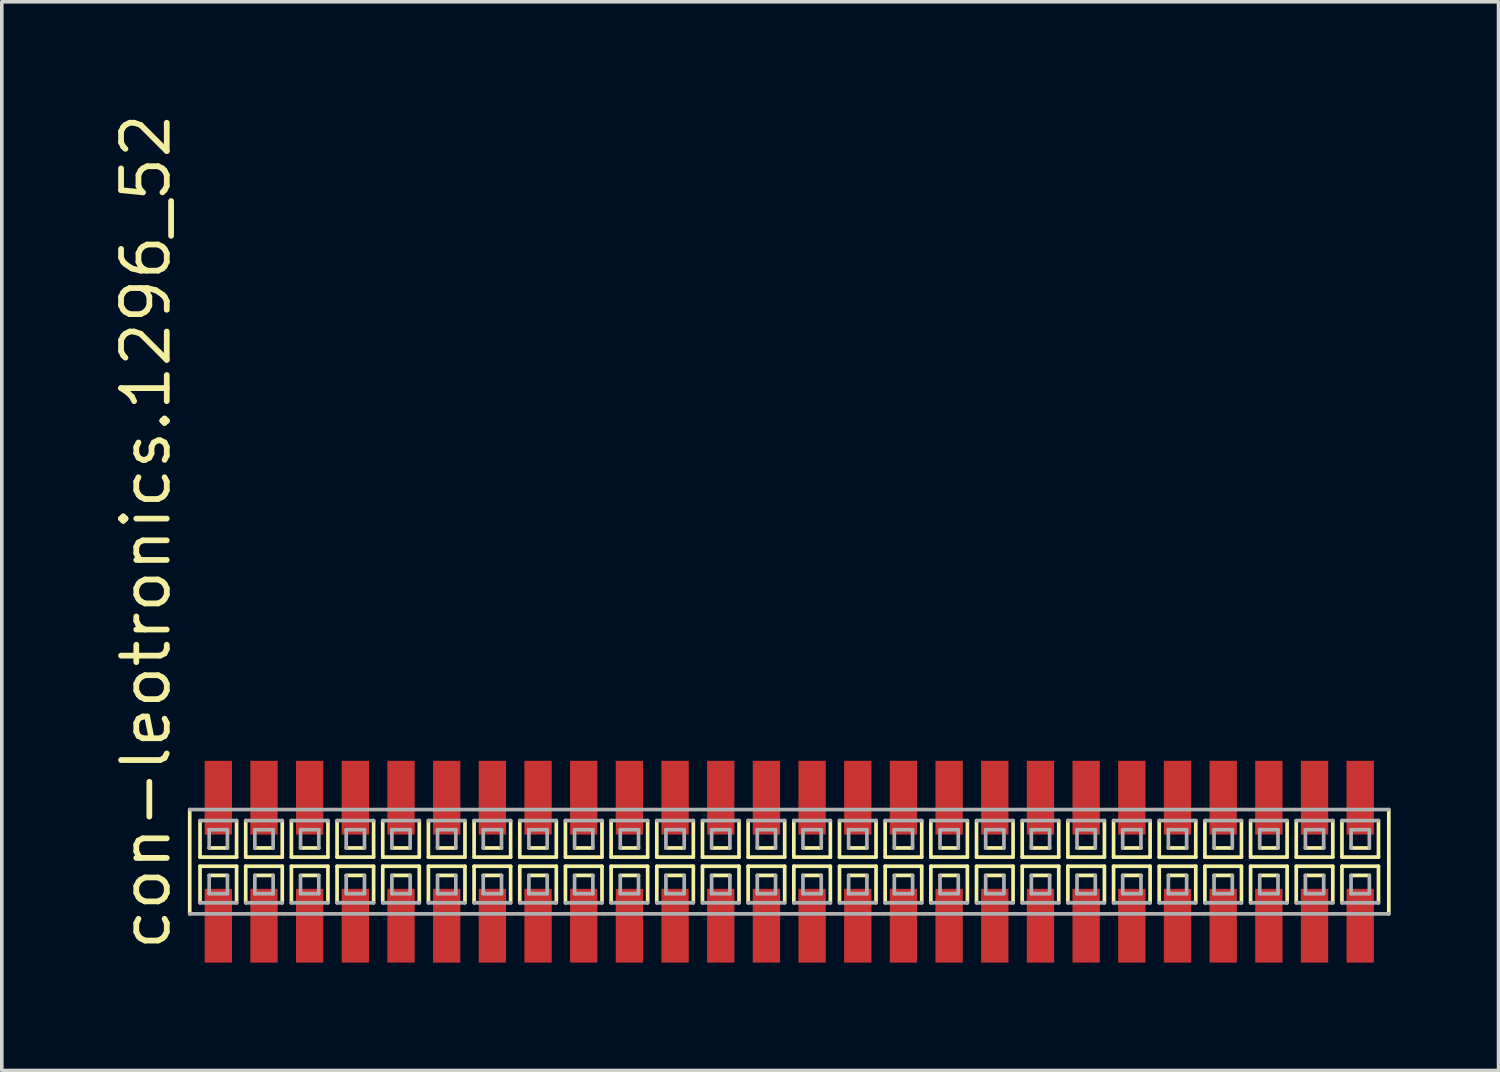
<source format=kicad_pcb>
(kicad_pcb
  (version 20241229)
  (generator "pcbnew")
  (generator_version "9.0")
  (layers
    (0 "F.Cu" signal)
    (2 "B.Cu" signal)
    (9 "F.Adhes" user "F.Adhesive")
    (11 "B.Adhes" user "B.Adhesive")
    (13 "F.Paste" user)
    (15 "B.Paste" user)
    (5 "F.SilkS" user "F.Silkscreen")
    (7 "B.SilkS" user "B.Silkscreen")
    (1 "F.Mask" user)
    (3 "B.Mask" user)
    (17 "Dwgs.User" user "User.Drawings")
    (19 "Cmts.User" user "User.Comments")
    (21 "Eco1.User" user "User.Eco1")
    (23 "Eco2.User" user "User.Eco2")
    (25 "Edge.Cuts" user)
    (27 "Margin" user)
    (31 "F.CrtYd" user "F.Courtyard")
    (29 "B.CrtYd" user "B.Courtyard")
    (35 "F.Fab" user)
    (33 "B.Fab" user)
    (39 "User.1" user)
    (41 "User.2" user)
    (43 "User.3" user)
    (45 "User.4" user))
  (footprint "con-leotronics.1296_52"
    (layer "F.Cu")
    (at 18.895 20.909)
    (property "Reference" "con-leotronics.1296_52" (at -17.145 2.54 90) (layer "F.SilkS") (effects (font (size 1.27 1.27) (thickness 0.16)) (justify left bottom)))
    (attr smd)
    (fp_line (start -16.67 -1.45) (end -16.67 1.45) (stroke (width 0.102) (type default)) (layer "F.SilkS"))
    (fp_line (start -16.383 -1.143) (end -16.383 -0.127) (stroke (width 0.102) (type default)) (layer "F.SilkS"))
    (fp_line (start -16.383 -0.127) (end -15.367 -0.127) (stroke (width 0.102) (type default)) (layer "F.SilkS"))
    (fp_line (start -16.383 0.127) (end -16.383 1.143) (stroke (width 0.102) (type default)) (layer "F.SilkS"))
    (fp_line (start -16.129 -0.381) (end -15.621 -0.381) (stroke (width 0.102) (type default)) (layer "F.SilkS"))
    (fp_line (start -15.621 0.381) (end -16.129 0.381) (stroke (width 0.102) (type default)) (layer "F.SilkS"))
    (fp_line (start -15.367 -0.127) (end -15.367 -1.143) (stroke (width 0.102) (type default)) (layer "F.SilkS"))
    (fp_line (start -15.367 0.127) (end -16.383 0.127) (stroke (width 0.102) (type default)) (layer "F.SilkS"))
    (fp_line (start -15.367 1.143) (end -15.367 0.127) (stroke (width 0.102) (type default)) (layer "F.SilkS"))
    (fp_line (start -15.113 -1.143) (end -15.113 -0.127) (stroke (width 0.102) (type default)) (layer "F.SilkS"))
    (fp_line (start -15.113 -0.127) (end -14.097 -0.127) (stroke (width 0.102) (type default)) (layer "F.SilkS"))
    (fp_line (start -15.113 0.127) (end -15.113 1.143) (stroke (width 0.102) (type default)) (layer "F.SilkS"))
    (fp_line (start -14.859 -0.381) (end -14.351 -0.381) (stroke (width 0.102) (type default)) (layer "F.SilkS"))
    (fp_line (start -14.351 0.381) (end -14.859 0.381) (stroke (width 0.102) (type default)) (layer "F.SilkS"))
    (fp_line (start -14.097 -0.127) (end -14.097 -1.143) (stroke (width 0.102) (type default)) (layer "F.SilkS"))
    (fp_line (start -14.097 0.127) (end -15.113 0.127) (stroke (width 0.102) (type default)) (layer "F.SilkS"))
    (fp_line (start -14.097 1.143) (end -14.097 0.127) (stroke (width 0.102) (type default)) (layer "F.SilkS"))
    (fp_line (start -13.843 -1.143) (end -13.843 -0.127) (stroke (width 0.102) (type default)) (layer "F.SilkS"))
    (fp_line (start -13.843 -0.127) (end -12.827 -0.127) (stroke (width 0.102) (type default)) (layer "F.SilkS"))
    (fp_line (start -13.843 0.127) (end -13.843 1.143) (stroke (width 0.102) (type default)) (layer "F.SilkS"))
    (fp_line (start -13.589 -0.381) (end -13.081 -0.381) (stroke (width 0.102) (type default)) (layer "F.SilkS"))
    (fp_line (start -13.081 0.381) (end -13.589 0.381) (stroke (width 0.102) (type default)) (layer "F.SilkS"))
    (fp_line (start -12.827 -0.127) (end -12.827 -1.143) (stroke (width 0.102) (type default)) (layer "F.SilkS"))
    (fp_line (start -12.827 0.127) (end -13.843 0.127) (stroke (width 0.102) (type default)) (layer "F.SilkS"))
    (fp_line (start -12.827 1.143) (end -12.827 0.127) (stroke (width 0.102) (type default)) (layer "F.SilkS"))
    (fp_line (start -12.573 -1.143) (end -12.573 -0.127) (stroke (width 0.102) (type default)) (layer "F.SilkS"))
    (fp_line (start -12.573 -0.127) (end -11.557 -0.127) (stroke (width 0.102) (type default)) (layer "F.SilkS"))
    (fp_line (start -12.573 0.127) (end -12.573 1.143) (stroke (width 0.102) (type default)) (layer "F.SilkS"))
    (fp_line (start -12.319 -0.381) (end -11.811 -0.381) (stroke (width 0.102) (type default)) (layer "F.SilkS"))
    (fp_line (start -11.811 0.381) (end -12.319 0.381) (stroke (width 0.102) (type default)) (layer "F.SilkS"))
    (fp_line (start -11.557 -0.127) (end -11.557 -1.143) (stroke (width 0.102) (type default)) (layer "F.SilkS"))
    (fp_line (start -11.557 0.127) (end -12.573 0.127) (stroke (width 0.102) (type default)) (layer "F.SilkS"))
    (fp_line (start -11.557 1.143) (end -11.557 0.127) (stroke (width 0.102) (type default)) (layer "F.SilkS"))
    (fp_line (start -11.303 -1.143) (end -11.303 -0.127) (stroke (width 0.102) (type default)) (layer "F.SilkS"))
    (fp_line (start -11.303 -0.127) (end -10.287 -0.127) (stroke (width 0.102) (type default)) (layer "F.SilkS"))
    (fp_line (start -11.303 0.127) (end -11.303 1.143) (stroke (width 0.102) (type default)) (layer "F.SilkS"))
    (fp_line (start -11.049 -0.381) (end -10.541 -0.381) (stroke (width 0.102) (type default)) (layer "F.SilkS"))
    (fp_line (start -10.541 0.381) (end -11.049 0.381) (stroke (width 0.102) (type default)) (layer "F.SilkS"))
    (fp_line (start -10.287 -0.127) (end -10.287 -1.143) (stroke (width 0.102) (type default)) (layer "F.SilkS"))
    (fp_line (start -10.287 0.127) (end -11.303 0.127) (stroke (width 0.102) (type default)) (layer "F.SilkS"))
    (fp_line (start -10.287 1.143) (end -10.287 0.127) (stroke (width 0.102) (type default)) (layer "F.SilkS"))
    (fp_line (start -10.033 -1.143) (end -10.033 -0.127) (stroke (width 0.102) (type default)) (layer "F.SilkS"))
    (fp_line (start -10.033 -0.127) (end -9.017 -0.127) (stroke (width 0.102) (type default)) (layer "F.SilkS"))
    (fp_line (start -10.033 0.127) (end -10.033 1.143) (stroke (width 0.102) (type default)) (layer "F.SilkS"))
    (fp_line (start -9.779 -0.381) (end -9.271 -0.381) (stroke (width 0.102) (type default)) (layer "F.SilkS"))
    (fp_line (start -9.271 0.381) (end -9.779 0.381) (stroke (width 0.102) (type default)) (layer "F.SilkS"))
    (fp_line (start -9.017 -0.127) (end -9.017 -1.143) (stroke (width 0.102) (type default)) (layer "F.SilkS"))
    (fp_line (start -9.017 0.127) (end -10.033 0.127) (stroke (width 0.102) (type default)) (layer "F.SilkS"))
    (fp_line (start -9.017 1.143) (end -9.017 0.127) (stroke (width 0.102) (type default)) (layer "F.SilkS"))
    (fp_line (start -8.763 -1.143) (end -8.763 -0.127) (stroke (width 0.102) (type default)) (layer "F.SilkS"))
    (fp_line (start -8.763 -0.127) (end -7.747 -0.127) (stroke (width 0.102) (type default)) (layer "F.SilkS"))
    (fp_line (start -8.763 0.127) (end -8.763 1.143) (stroke (width 0.102) (type default)) (layer "F.SilkS"))
    (fp_line (start -8.509 -0.381) (end -8.001 -0.381) (stroke (width 0.102) (type default)) (layer "F.SilkS"))
    (fp_line (start -8.001 0.381) (end -8.509 0.381) (stroke (width 0.102) (type default)) (layer "F.SilkS"))
    (fp_line (start -7.747 -0.127) (end -7.747 -1.143) (stroke (width 0.102) (type default)) (layer "F.SilkS"))
    (fp_line (start -7.747 0.127) (end -8.763 0.127) (stroke (width 0.102) (type default)) (layer "F.SilkS"))
    (fp_line (start -7.747 1.143) (end -7.747 0.127) (stroke (width 0.102) (type default)) (layer "F.SilkS"))
    (fp_line (start -7.493 -1.143) (end -7.493 -0.127) (stroke (width 0.102) (type default)) (layer "F.SilkS"))
    (fp_line (start -7.493 -0.127) (end -6.477 -0.127) (stroke (width 0.102) (type default)) (layer "F.SilkS"))
    (fp_line (start -7.493 0.127) (end -7.493 1.143) (stroke (width 0.102) (type default)) (layer "F.SilkS"))
    (fp_line (start -7.239 -0.381) (end -6.731 -0.381) (stroke (width 0.102) (type default)) (layer "F.SilkS"))
    (fp_line (start -6.731 0.381) (end -7.239 0.381) (stroke (width 0.102) (type default)) (layer "F.SilkS"))
    (fp_line (start -6.477 -0.127) (end -6.477 -1.143) (stroke (width 0.102) (type default)) (layer "F.SilkS"))
    (fp_line (start -6.477 0.127) (end -7.493 0.127) (stroke (width 0.102) (type default)) (layer "F.SilkS"))
    (fp_line (start -6.477 1.143) (end -6.477 0.127) (stroke (width 0.102) (type default)) (layer "F.SilkS"))
    (fp_line (start -6.223 -1.143) (end -6.223 -0.127) (stroke (width 0.102) (type default)) (layer "F.SilkS"))
    (fp_line (start -6.223 -0.127) (end -5.207 -0.127) (stroke (width 0.102) (type default)) (layer "F.SilkS"))
    (fp_line (start -6.223 0.127) (end -6.223 1.143) (stroke (width 0.102) (type default)) (layer "F.SilkS"))
    (fp_line (start -5.969 -0.381) (end -5.461 -0.381) (stroke (width 0.102) (type default)) (layer "F.SilkS"))
    (fp_line (start -5.461 0.381) (end -5.969 0.381) (stroke (width 0.102) (type default)) (layer "F.SilkS"))
    (fp_line (start -5.207 -0.127) (end -5.207 -1.143) (stroke (width 0.102) (type default)) (layer "F.SilkS"))
    (fp_line (start -5.207 0.127) (end -6.223 0.127) (stroke (width 0.102) (type default)) (layer "F.SilkS"))
    (fp_line (start -5.207 1.143) (end -5.207 0.127) (stroke (width 0.102) (type default)) (layer "F.SilkS"))
    (fp_line (start -4.953 -1.143) (end -4.953 -0.127) (stroke (width 0.102) (type default)) (layer "F.SilkS"))
    (fp_line (start -4.953 -0.127) (end -3.937 -0.127) (stroke (width 0.102) (type default)) (layer "F.SilkS"))
    (fp_line (start -4.953 0.127) (end -4.953 1.143) (stroke (width 0.102) (type default)) (layer "F.SilkS"))
    (fp_line (start -4.699 -0.381) (end -4.191 -0.381) (stroke (width 0.102) (type default)) (layer "F.SilkS"))
    (fp_line (start -4.191 0.381) (end -4.699 0.381) (stroke (width 0.102) (type default)) (layer "F.SilkS"))
    (fp_line (start -3.937 -0.127) (end -3.937 -1.143) (stroke (width 0.102) (type default)) (layer "F.SilkS"))
    (fp_line (start -3.937 0.127) (end -4.953 0.127) (stroke (width 0.102) (type default)) (layer "F.SilkS"))
    (fp_line (start -3.937 1.143) (end -3.937 0.127) (stroke (width 0.102) (type default)) (layer "F.SilkS"))
    (fp_line (start -3.683 -1.143) (end -3.683 -0.127) (stroke (width 0.102) (type default)) (layer "F.SilkS"))
    (fp_line (start -3.683 -0.127) (end -2.667 -0.127) (stroke (width 0.102) (type default)) (layer "F.SilkS"))
    (fp_line (start -3.683 0.127) (end -3.683 1.143) (stroke (width 0.102) (type default)) (layer "F.SilkS"))
    (fp_line (start -3.429 -0.381) (end -2.921 -0.381) (stroke (width 0.102) (type default)) (layer "F.SilkS"))
    (fp_line (start -2.921 0.381) (end -3.429 0.381) (stroke (width 0.102) (type default)) (layer "F.SilkS"))
    (fp_line (start -2.667 -0.127) (end -2.667 -1.143) (stroke (width 0.102) (type default)) (layer "F.SilkS"))
    (fp_line (start -2.667 0.127) (end -3.683 0.127) (stroke (width 0.102) (type default)) (layer "F.SilkS"))
    (fp_line (start -2.667 1.143) (end -2.667 0.127) (stroke (width 0.102) (type default)) (layer "F.SilkS"))
    (fp_line (start -2.413 -1.143) (end -2.413 -0.127) (stroke (width 0.102) (type default)) (layer "F.SilkS"))
    (fp_line (start -2.413 -0.127) (end -1.397 -0.127) (stroke (width 0.102) (type default)) (layer "F.SilkS"))
    (fp_line (start -2.413 0.127) (end -2.413 1.143) (stroke (width 0.102) (type default)) (layer "F.SilkS"))
    (fp_line (start -2.159 -0.381) (end -1.651 -0.381) (stroke (width 0.102) (type default)) (layer "F.SilkS"))
    (fp_line (start -1.651 0.381) (end -2.159 0.381) (stroke (width 0.102) (type default)) (layer "F.SilkS"))
    (fp_line (start -1.397 -0.127) (end -1.397 -1.143) (stroke (width 0.102) (type default)) (layer "F.SilkS"))
    (fp_line (start -1.397 0.127) (end -2.413 0.127) (stroke (width 0.102) (type default)) (layer "F.SilkS"))
    (fp_line (start -1.397 1.143) (end -1.397 0.127) (stroke (width 0.102) (type default)) (layer "F.SilkS"))
    (fp_line (start -1.143 -1.143) (end -1.143 -0.127) (stroke (width 0.102) (type default)) (layer "F.SilkS"))
    (fp_line (start -1.143 -0.127) (end -0.127 -0.127) (stroke (width 0.102) (type default)) (layer "F.SilkS"))
    (fp_line (start -1.143 0.127) (end -1.143 1.143) (stroke (width 0.102) (type default)) (layer "F.SilkS"))
    (fp_line (start -0.889 -0.381) (end -0.381 -0.381) (stroke (width 0.102) (type default)) (layer "F.SilkS"))
    (fp_line (start -0.381 0.381) (end -0.889 0.381) (stroke (width 0.102) (type default)) (layer "F.SilkS"))
    (fp_line (start -0.127 -0.127) (end -0.127 -1.143) (stroke (width 0.102) (type default)) (layer "F.SilkS"))
    (fp_line (start -0.127 0.127) (end -1.143 0.127) (stroke (width 0.102) (type default)) (layer "F.SilkS"))
    (fp_line (start -0.127 1.143) (end -0.127 0.127) (stroke (width 0.102) (type default)) (layer "F.SilkS"))
    (fp_line (start 0.127 -1.143) (end 0.127 -0.127) (stroke (width 0.102) (type default)) (layer "F.SilkS"))
    (fp_line (start 0.127 -0.127) (end 1.143 -0.127) (stroke (width 0.102) (type default)) (layer "F.SilkS"))
    (fp_line (start 0.127 0.127) (end 0.127 1.143) (stroke (width 0.102) (type default)) (layer "F.SilkS"))
    (fp_line (start 0.381 -0.381) (end 0.889 -0.381) (stroke (width 0.102) (type default)) (layer "F.SilkS"))
    (fp_line (start 0.889 0.381) (end 0.381 0.381) (stroke (width 0.102) (type default)) (layer "F.SilkS"))
    (fp_line (start 1.143 -0.127) (end 1.143 -1.143) (stroke (width 0.102) (type default)) (layer "F.SilkS"))
    (fp_line (start 1.143 0.127) (end 0.127 0.127) (stroke (width 0.102) (type default)) (layer "F.SilkS"))
    (fp_line (start 1.143 1.143) (end 1.143 0.127) (stroke (width 0.102) (type default)) (layer "F.SilkS"))
    (fp_line (start 1.397 -1.143) (end 1.397 -0.127) (stroke (width 0.102) (type default)) (layer "F.SilkS"))
    (fp_line (start 1.397 -0.127) (end 2.413 -0.127) (stroke (width 0.102) (type default)) (layer "F.SilkS"))
    (fp_line (start 1.397 0.127) (end 1.397 1.143) (stroke (width 0.102) (type default)) (layer "F.SilkS"))
    (fp_line (start 1.651 -0.381) (end 2.159 -0.381) (stroke (width 0.102) (type default)) (layer "F.SilkS"))
    (fp_line (start 2.159 0.381) (end 1.651 0.381) (stroke (width 0.102) (type default)) (layer "F.SilkS"))
    (fp_line (start 2.413 -0.127) (end 2.413 -1.143) (stroke (width 0.102) (type default)) (layer "F.SilkS"))
    (fp_line (start 2.413 0.127) (end 1.397 0.127) (stroke (width 0.102) (type default)) (layer "F.SilkS"))
    (fp_line (start 2.413 1.143) (end 2.413 0.127) (stroke (width 0.102) (type default)) (layer "F.SilkS"))
    (fp_line (start 2.667 -1.143) (end 2.667 -0.127) (stroke (width 0.102) (type default)) (layer "F.SilkS"))
    (fp_line (start 2.667 -0.127) (end 3.683 -0.127) (stroke (width 0.102) (type default)) (layer "F.SilkS"))
    (fp_line (start 2.667 0.127) (end 2.667 1.143) (stroke (width 0.102) (type default)) (layer "F.SilkS"))
    (fp_line (start 2.921 -0.381) (end 3.429 -0.381) (stroke (width 0.102) (type default)) (layer "F.SilkS"))
    (fp_line (start 3.429 0.381) (end 2.921 0.381) (stroke (width 0.102) (type default)) (layer "F.SilkS"))
    (fp_line (start 3.683 -0.127) (end 3.683 -1.143) (stroke (width 0.102) (type default)) (layer "F.SilkS"))
    (fp_line (start 3.683 0.127) (end 2.667 0.127) (stroke (width 0.102) (type default)) (layer "F.SilkS"))
    (fp_line (start 3.683 1.143) (end 3.683 0.127) (stroke (width 0.102) (type default)) (layer "F.SilkS"))
    (fp_line (start 3.937 -1.143) (end 3.937 -0.127) (stroke (width 0.102) (type default)) (layer "F.SilkS"))
    (fp_line (start 3.937 -0.127) (end 4.953 -0.127) (stroke (width 0.102) (type default)) (layer "F.SilkS"))
    (fp_line (start 3.937 0.127) (end 3.937 1.143) (stroke (width 0.102) (type default)) (layer "F.SilkS"))
    (fp_line (start 4.191 -0.381) (end 4.699 -0.381) (stroke (width 0.102) (type default)) (layer "F.SilkS"))
    (fp_line (start 4.699 0.381) (end 4.191 0.381) (stroke (width 0.102) (type default)) (layer "F.SilkS"))
    (fp_line (start 4.953 -0.127) (end 4.953 -1.143) (stroke (width 0.102) (type default)) (layer "F.SilkS"))
    (fp_line (start 4.953 0.127) (end 3.937 0.127) (stroke (width 0.102) (type default)) (layer "F.SilkS"))
    (fp_line (start 4.953 1.143) (end 4.953 0.127) (stroke (width 0.102) (type default)) (layer "F.SilkS"))
    (fp_line (start 5.207 -1.143) (end 5.207 -0.127) (stroke (width 0.102) (type default)) (layer "F.SilkS"))
    (fp_line (start 5.207 -0.127) (end 6.223 -0.127) (stroke (width 0.102) (type default)) (layer "F.SilkS"))
    (fp_line (start 5.207 0.127) (end 5.207 1.143) (stroke (width 0.102) (type default)) (layer "F.SilkS"))
    (fp_line (start 5.461 -0.381) (end 5.969 -0.381) (stroke (width 0.102) (type default)) (layer "F.SilkS"))
    (fp_line (start 5.969 0.381) (end 5.461 0.381) (stroke (width 0.102) (type default)) (layer "F.SilkS"))
    (fp_line (start 6.223 -0.127) (end 6.223 -1.143) (stroke (width 0.102) (type default)) (layer "F.SilkS"))
    (fp_line (start 6.223 0.127) (end 5.207 0.127) (stroke (width 0.102) (type default)) (layer "F.SilkS"))
    (fp_line (start 6.223 1.143) (end 6.223 0.127) (stroke (width 0.102) (type default)) (layer "F.SilkS"))
    (fp_line (start 6.477 -1.143) (end 6.477 -0.127) (stroke (width 0.102) (type default)) (layer "F.SilkS"))
    (fp_line (start 6.477 -0.127) (end 7.493 -0.127) (stroke (width 0.102) (type default)) (layer "F.SilkS"))
    (fp_line (start 6.477 0.127) (end 6.477 1.143) (stroke (width 0.102) (type default)) (layer "F.SilkS"))
    (fp_line (start 6.731 -0.381) (end 7.239 -0.381) (stroke (width 0.102) (type default)) (layer "F.SilkS"))
    (fp_line (start 7.239 0.381) (end 6.731 0.381) (stroke (width 0.102) (type default)) (layer "F.SilkS"))
    (fp_line (start 7.493 -0.127) (end 7.493 -1.143) (stroke (width 0.102) (type default)) (layer "F.SilkS"))
    (fp_line (start 7.493 0.127) (end 6.477 0.127) (stroke (width 0.102) (type default)) (layer "F.SilkS"))
    (fp_line (start 7.493 1.143) (end 7.493 0.127) (stroke (width 0.102) (type default)) (layer "F.SilkS"))
    (fp_line (start 7.747 -1.143) (end 7.747 -0.127) (stroke (width 0.102) (type default)) (layer "F.SilkS"))
    (fp_line (start 7.747 -0.127) (end 8.763 -0.127) (stroke (width 0.102) (type default)) (layer "F.SilkS"))
    (fp_line (start 7.747 0.127) (end 7.747 1.143) (stroke (width 0.102) (type default)) (layer "F.SilkS"))
    (fp_line (start 8.001 -0.381) (end 8.509 -0.381) (stroke (width 0.102) (type default)) (layer "F.SilkS"))
    (fp_line (start 8.509 0.381) (end 8.001 0.381) (stroke (width 0.102) (type default)) (layer "F.SilkS"))
    (fp_line (start 8.763 -0.127) (end 8.763 -1.143) (stroke (width 0.102) (type default)) (layer "F.SilkS"))
    (fp_line (start 8.763 0.127) (end 7.747 0.127) (stroke (width 0.102) (type default)) (layer "F.SilkS"))
    (fp_line (start 8.763 1.143) (end 8.763 0.127) (stroke (width 0.102) (type default)) (layer "F.SilkS"))
    (fp_line (start 9.017 -1.143) (end 9.017 -0.127) (stroke (width 0.102) (type default)) (layer "F.SilkS"))
    (fp_line (start 9.017 -0.127) (end 10.033 -0.127) (stroke (width 0.102) (type default)) (layer "F.SilkS"))
    (fp_line (start 9.017 0.127) (end 9.017 1.143) (stroke (width 0.102) (type default)) (layer "F.SilkS"))
    (fp_line (start 9.271 -0.381) (end 9.779 -0.381) (stroke (width 0.102) (type default)) (layer "F.SilkS"))
    (fp_line (start 9.779 0.381) (end 9.271 0.381) (stroke (width 0.102) (type default)) (layer "F.SilkS"))
    (fp_line (start 10.033 -0.127) (end 10.033 -1.143) (stroke (width 0.102) (type default)) (layer "F.SilkS"))
    (fp_line (start 10.033 0.127) (end 9.017 0.127) (stroke (width 0.102) (type default)) (layer "F.SilkS"))
    (fp_line (start 10.033 1.143) (end 10.033 0.127) (stroke (width 0.102) (type default)) (layer "F.SilkS"))
    (fp_line (start 10.287 -1.143) (end 10.287 -0.127) (stroke (width 0.102) (type default)) (layer "F.SilkS"))
    (fp_line (start 10.287 -0.127) (end 11.303 -0.127) (stroke (width 0.102) (type default)) (layer "F.SilkS"))
    (fp_line (start 10.287 0.127) (end 10.287 1.143) (stroke (width 0.102) (type default)) (layer "F.SilkS"))
    (fp_line (start 10.541 -0.381) (end 11.049 -0.381) (stroke (width 0.102) (type default)) (layer "F.SilkS"))
    (fp_line (start 11.049 0.381) (end 10.541 0.381) (stroke (width 0.102) (type default)) (layer "F.SilkS"))
    (fp_line (start 11.303 -0.127) (end 11.303 -1.143) (stroke (width 0.102) (type default)) (layer "F.SilkS"))
    (fp_line (start 11.303 0.127) (end 10.287 0.127) (stroke (width 0.102) (type default)) (layer "F.SilkS"))
    (fp_line (start 11.303 1.143) (end 11.303 0.127) (stroke (width 0.102) (type default)) (layer "F.SilkS"))
    (fp_line (start 11.557 -1.143) (end 11.557 -0.127) (stroke (width 0.102) (type default)) (layer "F.SilkS"))
    (fp_line (start 11.557 -0.127) (end 12.573 -0.127) (stroke (width 0.102) (type default)) (layer "F.SilkS"))
    (fp_line (start 11.557 0.127) (end 11.557 1.143) (stroke (width 0.102) (type default)) (layer "F.SilkS"))
    (fp_line (start 11.811 -0.381) (end 12.319 -0.381) (stroke (width 0.102) (type default)) (layer "F.SilkS"))
    (fp_line (start 12.319 0.381) (end 11.811 0.381) (stroke (width 0.102) (type default)) (layer "F.SilkS"))
    (fp_line (start 12.573 -0.127) (end 12.573 -1.143) (stroke (width 0.102) (type default)) (layer "F.SilkS"))
    (fp_line (start 12.573 0.127) (end 11.557 0.127) (stroke (width 0.102) (type default)) (layer "F.SilkS"))
    (fp_line (start 12.573 1.143) (end 12.573 0.127) (stroke (width 0.102) (type default)) (layer "F.SilkS"))
    (fp_line (start 12.827 -1.143) (end 12.827 -0.127) (stroke (width 0.102) (type default)) (layer "F.SilkS"))
    (fp_line (start 12.827 -0.127) (end 13.843 -0.127) (stroke (width 0.102) (type default)) (layer "F.SilkS"))
    (fp_line (start 12.827 0.127) (end 12.827 1.143) (stroke (width 0.102) (type default)) (layer "F.SilkS"))
    (fp_line (start 13.081 -0.381) (end 13.589 -0.381) (stroke (width 0.102) (type default)) (layer "F.SilkS"))
    (fp_line (start 13.589 0.381) (end 13.081 0.381) (stroke (width 0.102) (type default)) (layer "F.SilkS"))
    (fp_line (start 13.843 -0.127) (end 13.843 -1.143) (stroke (width 0.102) (type default)) (layer "F.SilkS"))
    (fp_line (start 13.843 0.127) (end 12.827 0.127) (stroke (width 0.102) (type default)) (layer "F.SilkS"))
    (fp_line (start 13.843 1.143) (end 13.843 0.127) (stroke (width 0.102) (type default)) (layer "F.SilkS"))
    (fp_line (start 14.097 -1.143) (end 14.097 -0.127) (stroke (width 0.102) (type default)) (layer "F.SilkS"))
    (fp_line (start 14.097 -0.127) (end 15.113 -0.127) (stroke (width 0.102) (type default)) (layer "F.SilkS"))
    (fp_line (start 14.097 0.127) (end 14.097 1.143) (stroke (width 0.102) (type default)) (layer "F.SilkS"))
    (fp_line (start 14.351 -0.381) (end 14.859 -0.381) (stroke (width 0.102) (type default)) (layer "F.SilkS"))
    (fp_line (start 14.859 0.381) (end 14.351 0.381) (stroke (width 0.102) (type default)) (layer "F.SilkS"))
    (fp_line (start 15.113 -0.127) (end 15.113 -1.143) (stroke (width 0.102) (type default)) (layer "F.SilkS"))
    (fp_line (start 15.113 0.127) (end 14.097 0.127) (stroke (width 0.102) (type default)) (layer "F.SilkS"))
    (fp_line (start 15.113 1.143) (end 15.113 0.127) (stroke (width 0.102) (type default)) (layer "F.SilkS"))
    (fp_line (start 15.367 -1.143) (end 15.367 -0.127) (stroke (width 0.102) (type default)) (layer "F.SilkS"))
    (fp_line (start 15.367 -0.127) (end 16.383 -0.127) (stroke (width 0.102) (type default)) (layer "F.SilkS"))
    (fp_line (start 15.367 0.127) (end 15.367 1.143) (stroke (width 0.102) (type default)) (layer "F.SilkS"))
    (fp_line (start 15.621 -0.381) (end 16.129 -0.381) (stroke (width 0.102) (type default)) (layer "F.SilkS"))
    (fp_line (start 16.129 0.381) (end 15.621 0.381) (stroke (width 0.102) (type default)) (layer "F.SilkS"))
    (fp_line (start 16.383 -0.127) (end 16.383 -1.143) (stroke (width 0.102) (type default)) (layer "F.SilkS"))
    (fp_line (start 16.383 0.127) (end 15.367 0.127) (stroke (width 0.102) (type default)) (layer "F.SilkS"))
    (fp_line (start 16.383 1.143) (end 16.383 0.127) (stroke (width 0.102) (type default)) (layer "F.SilkS"))
    (fp_line (start 16.67 1.45) (end 16.67 -1.45) (stroke (width 0.102) (type default)) (layer "F.SilkS"))
    (fp_line (start -16.67 1.45) (end 16.67 1.45) (stroke (width 0.102) (type default)) (layer "F.Fab"))
    (fp_line (start -16.383 1.143) (end -15.367 1.143) (stroke (width 0.102) (type default)) (layer "F.Fab"))
    (fp_line (start -16.129 -0.889) (end -16.129 -0.381) (stroke (width 0.102) (type default)) (layer "F.Fab"))
    (fp_line (start -16.129 0.381) (end -16.129 0.889) (stroke (width 0.102) (type default)) (layer "F.Fab"))
    (fp_line (start -16.129 0.889) (end -15.621 0.889) (stroke (width 0.102) (type default)) (layer "F.Fab"))
    (fp_line (start -15.621 -0.889) (end -16.129 -0.889) (stroke (width 0.102) (type default)) (layer "F.Fab"))
    (fp_line (start -15.621 -0.381) (end -15.621 -0.889) (stroke (width 0.102) (type default)) (layer "F.Fab"))
    (fp_line (start -15.621 0.889) (end -15.621 0.381) (stroke (width 0.102) (type default)) (layer "F.Fab"))
    (fp_line (start -15.367 -1.143) (end -16.383 -1.143) (stroke (width 0.102) (type default)) (layer "F.Fab"))
    (fp_line (start -15.113 1.143) (end -14.097 1.143) (stroke (width 0.102) (type default)) (layer "F.Fab"))
    (fp_line (start -14.859 -0.889) (end -14.859 -0.381) (stroke (width 0.102) (type default)) (layer "F.Fab"))
    (fp_line (start -14.859 0.381) (end -14.859 0.889) (stroke (width 0.102) (type default)) (layer "F.Fab"))
    (fp_line (start -14.859 0.889) (end -14.351 0.889) (stroke (width 0.102) (type default)) (layer "F.Fab"))
    (fp_line (start -14.351 -0.889) (end -14.859 -0.889) (stroke (width 0.102) (type default)) (layer "F.Fab"))
    (fp_line (start -14.351 -0.381) (end -14.351 -0.889) (stroke (width 0.102) (type default)) (layer "F.Fab"))
    (fp_line (start -14.351 0.889) (end -14.351 0.381) (stroke (width 0.102) (type default)) (layer "F.Fab"))
    (fp_line (start -14.097 -1.143) (end -15.113 -1.143) (stroke (width 0.102) (type default)) (layer "F.Fab"))
    (fp_line (start -13.843 1.143) (end -12.827 1.143) (stroke (width 0.102) (type default)) (layer "F.Fab"))
    (fp_line (start -13.589 -0.889) (end -13.589 -0.381) (stroke (width 0.102) (type default)) (layer "F.Fab"))
    (fp_line (start -13.589 0.381) (end -13.589 0.889) (stroke (width 0.102) (type default)) (layer "F.Fab"))
    (fp_line (start -13.589 0.889) (end -13.081 0.889) (stroke (width 0.102) (type default)) (layer "F.Fab"))
    (fp_line (start -13.081 -0.889) (end -13.589 -0.889) (stroke (width 0.102) (type default)) (layer "F.Fab"))
    (fp_line (start -13.081 -0.381) (end -13.081 -0.889) (stroke (width 0.102) (type default)) (layer "F.Fab"))
    (fp_line (start -13.081 0.889) (end -13.081 0.381) (stroke (width 0.102) (type default)) (layer "F.Fab"))
    (fp_line (start -12.827 -1.143) (end -13.843 -1.143) (stroke (width 0.102) (type default)) (layer "F.Fab"))
    (fp_line (start -12.573 1.143) (end -11.557 1.143) (stroke (width 0.102) (type default)) (layer "F.Fab"))
    (fp_line (start -12.319 -0.889) (end -12.319 -0.381) (stroke (width 0.102) (type default)) (layer "F.Fab"))
    (fp_line (start -12.319 0.381) (end -12.319 0.889) (stroke (width 0.102) (type default)) (layer "F.Fab"))
    (fp_line (start -12.319 0.889) (end -11.811 0.889) (stroke (width 0.102) (type default)) (layer "F.Fab"))
    (fp_line (start -11.811 -0.889) (end -12.319 -0.889) (stroke (width 0.102) (type default)) (layer "F.Fab"))
    (fp_line (start -11.811 -0.381) (end -11.811 -0.889) (stroke (width 0.102) (type default)) (layer "F.Fab"))
    (fp_line (start -11.811 0.889) (end -11.811 0.381) (stroke (width 0.102) (type default)) (layer "F.Fab"))
    (fp_line (start -11.557 -1.143) (end -12.573 -1.143) (stroke (width 0.102) (type default)) (layer "F.Fab"))
    (fp_line (start -11.303 1.143) (end -10.287 1.143) (stroke (width 0.102) (type default)) (layer "F.Fab"))
    (fp_line (start -11.049 -0.889) (end -11.049 -0.381) (stroke (width 0.102) (type default)) (layer "F.Fab"))
    (fp_line (start -11.049 0.381) (end -11.049 0.889) (stroke (width 0.102) (type default)) (layer "F.Fab"))
    (fp_line (start -11.049 0.889) (end -10.541 0.889) (stroke (width 0.102) (type default)) (layer "F.Fab"))
    (fp_line (start -10.541 -0.889) (end -11.049 -0.889) (stroke (width 0.102) (type default)) (layer "F.Fab"))
    (fp_line (start -10.541 -0.381) (end -10.541 -0.889) (stroke (width 0.102) (type default)) (layer "F.Fab"))
    (fp_line (start -10.541 0.889) (end -10.541 0.381) (stroke (width 0.102) (type default)) (layer "F.Fab"))
    (fp_line (start -10.287 -1.143) (end -11.303 -1.143) (stroke (width 0.102) (type default)) (layer "F.Fab"))
    (fp_line (start -10.033 1.143) (end -9.017 1.143) (stroke (width 0.102) (type default)) (layer "F.Fab"))
    (fp_line (start -9.779 -0.889) (end -9.779 -0.381) (stroke (width 0.102) (type default)) (layer "F.Fab"))
    (fp_line (start -9.779 0.381) (end -9.779 0.889) (stroke (width 0.102) (type default)) (layer "F.Fab"))
    (fp_line (start -9.779 0.889) (end -9.271 0.889) (stroke (width 0.102) (type default)) (layer "F.Fab"))
    (fp_line (start -9.271 -0.889) (end -9.779 -0.889) (stroke (width 0.102) (type default)) (layer "F.Fab"))
    (fp_line (start -9.271 -0.381) (end -9.271 -0.889) (stroke (width 0.102) (type default)) (layer "F.Fab"))
    (fp_line (start -9.271 0.889) (end -9.271 0.381) (stroke (width 0.102) (type default)) (layer "F.Fab"))
    (fp_line (start -9.017 -1.143) (end -10.033 -1.143) (stroke (width 0.102) (type default)) (layer "F.Fab"))
    (fp_line (start -8.763 1.143) (end -7.747 1.143) (stroke (width 0.102) (type default)) (layer "F.Fab"))
    (fp_line (start -8.509 -0.889) (end -8.509 -0.381) (stroke (width 0.102) (type default)) (layer "F.Fab"))
    (fp_line (start -8.509 0.381) (end -8.509 0.889) (stroke (width 0.102) (type default)) (layer "F.Fab"))
    (fp_line (start -8.509 0.889) (end -8.001 0.889) (stroke (width 0.102) (type default)) (layer "F.Fab"))
    (fp_line (start -8.001 -0.889) (end -8.509 -0.889) (stroke (width 0.102) (type default)) (layer "F.Fab"))
    (fp_line (start -8.001 -0.381) (end -8.001 -0.889) (stroke (width 0.102) (type default)) (layer "F.Fab"))
    (fp_line (start -8.001 0.889) (end -8.001 0.381) (stroke (width 0.102) (type default)) (layer "F.Fab"))
    (fp_line (start -7.747 -1.143) (end -8.763 -1.143) (stroke (width 0.102) (type default)) (layer "F.Fab"))
    (fp_line (start -7.493 1.143) (end -6.477 1.143) (stroke (width 0.102) (type default)) (layer "F.Fab"))
    (fp_line (start -7.239 -0.889) (end -7.239 -0.381) (stroke (width 0.102) (type default)) (layer "F.Fab"))
    (fp_line (start -7.239 0.381) (end -7.239 0.889) (stroke (width 0.102) (type default)) (layer "F.Fab"))
    (fp_line (start -7.239 0.889) (end -6.731 0.889) (stroke (width 0.102) (type default)) (layer "F.Fab"))
    (fp_line (start -6.731 -0.889) (end -7.239 -0.889) (stroke (width 0.102) (type default)) (layer "F.Fab"))
    (fp_line (start -6.731 -0.381) (end -6.731 -0.889) (stroke (width 0.102) (type default)) (layer "F.Fab"))
    (fp_line (start -6.731 0.889) (end -6.731 0.381) (stroke (width 0.102) (type default)) (layer "F.Fab"))
    (fp_line (start -6.477 -1.143) (end -7.493 -1.143) (stroke (width 0.102) (type default)) (layer "F.Fab"))
    (fp_line (start -6.223 1.143) (end -5.207 1.143) (stroke (width 0.102) (type default)) (layer "F.Fab"))
    (fp_line (start -5.969 -0.889) (end -5.969 -0.381) (stroke (width 0.102) (type default)) (layer "F.Fab"))
    (fp_line (start -5.969 0.381) (end -5.969 0.889) (stroke (width 0.102) (type default)) (layer "F.Fab"))
    (fp_line (start -5.969 0.889) (end -5.461 0.889) (stroke (width 0.102) (type default)) (layer "F.Fab"))
    (fp_line (start -5.461 -0.889) (end -5.969 -0.889) (stroke (width 0.102) (type default)) (layer "F.Fab"))
    (fp_line (start -5.461 -0.381) (end -5.461 -0.889) (stroke (width 0.102) (type default)) (layer "F.Fab"))
    (fp_line (start -5.461 0.889) (end -5.461 0.381) (stroke (width 0.102) (type default)) (layer "F.Fab"))
    (fp_line (start -5.207 -1.143) (end -6.223 -1.143) (stroke (width 0.102) (type default)) (layer "F.Fab"))
    (fp_line (start -4.953 1.143) (end -3.937 1.143) (stroke (width 0.102) (type default)) (layer "F.Fab"))
    (fp_line (start -4.699 -0.889) (end -4.699 -0.381) (stroke (width 0.102) (type default)) (layer "F.Fab"))
    (fp_line (start -4.699 0.381) (end -4.699 0.889) (stroke (width 0.102) (type default)) (layer "F.Fab"))
    (fp_line (start -4.699 0.889) (end -4.191 0.889) (stroke (width 0.102) (type default)) (layer "F.Fab"))
    (fp_line (start -4.191 -0.889) (end -4.699 -0.889) (stroke (width 0.102) (type default)) (layer "F.Fab"))
    (fp_line (start -4.191 -0.381) (end -4.191 -0.889) (stroke (width 0.102) (type default)) (layer "F.Fab"))
    (fp_line (start -4.191 0.889) (end -4.191 0.381) (stroke (width 0.102) (type default)) (layer "F.Fab"))
    (fp_line (start -3.937 -1.143) (end -4.953 -1.143) (stroke (width 0.102) (type default)) (layer "F.Fab"))
    (fp_line (start -3.683 1.143) (end -2.667 1.143) (stroke (width 0.102) (type default)) (layer "F.Fab"))
    (fp_line (start -3.429 -0.889) (end -3.429 -0.381) (stroke (width 0.102) (type default)) (layer "F.Fab"))
    (fp_line (start -3.429 0.381) (end -3.429 0.889) (stroke (width 0.102) (type default)) (layer "F.Fab"))
    (fp_line (start -3.429 0.889) (end -2.921 0.889) (stroke (width 0.102) (type default)) (layer "F.Fab"))
    (fp_line (start -2.921 -0.889) (end -3.429 -0.889) (stroke (width 0.102) (type default)) (layer "F.Fab"))
    (fp_line (start -2.921 -0.381) (end -2.921 -0.889) (stroke (width 0.102) (type default)) (layer "F.Fab"))
    (fp_line (start -2.921 0.889) (end -2.921 0.381) (stroke (width 0.102) (type default)) (layer "F.Fab"))
    (fp_line (start -2.667 -1.143) (end -3.683 -1.143) (stroke (width 0.102) (type default)) (layer "F.Fab"))
    (fp_line (start -2.413 1.143) (end -1.397 1.143) (stroke (width 0.102) (type default)) (layer "F.Fab"))
    (fp_line (start -2.159 -0.889) (end -2.159 -0.381) (stroke (width 0.102) (type default)) (layer "F.Fab"))
    (fp_line (start -2.159 0.381) (end -2.159 0.889) (stroke (width 0.102) (type default)) (layer "F.Fab"))
    (fp_line (start -2.159 0.889) (end -1.651 0.889) (stroke (width 0.102) (type default)) (layer "F.Fab"))
    (fp_line (start -1.651 -0.889) (end -2.159 -0.889) (stroke (width 0.102) (type default)) (layer "F.Fab"))
    (fp_line (start -1.651 -0.381) (end -1.651 -0.889) (stroke (width 0.102) (type default)) (layer "F.Fab"))
    (fp_line (start -1.651 0.889) (end -1.651 0.381) (stroke (width 0.102) (type default)) (layer "F.Fab"))
    (fp_line (start -1.397 -1.143) (end -2.413 -1.143) (stroke (width 0.102) (type default)) (layer "F.Fab"))
    (fp_line (start -1.143 1.143) (end -0.127 1.143) (stroke (width 0.102) (type default)) (layer "F.Fab"))
    (fp_line (start -0.889 -0.889) (end -0.889 -0.381) (stroke (width 0.102) (type default)) (layer "F.Fab"))
    (fp_line (start -0.889 0.381) (end -0.889 0.889) (stroke (width 0.102) (type default)) (layer "F.Fab"))
    (fp_line (start -0.889 0.889) (end -0.381 0.889) (stroke (width 0.102) (type default)) (layer "F.Fab"))
    (fp_line (start -0.381 -0.889) (end -0.889 -0.889) (stroke (width 0.102) (type default)) (layer "F.Fab"))
    (fp_line (start -0.381 -0.381) (end -0.381 -0.889) (stroke (width 0.102) (type default)) (layer "F.Fab"))
    (fp_line (start -0.381 0.889) (end -0.381 0.381) (stroke (width 0.102) (type default)) (layer "F.Fab"))
    (fp_line (start -0.127 -1.143) (end -1.143 -1.143) (stroke (width 0.102) (type default)) (layer "F.Fab"))
    (fp_line (start 0.127 1.143) (end 1.143 1.143) (stroke (width 0.102) (type default)) (layer "F.Fab"))
    (fp_line (start 0.381 -0.889) (end 0.381 -0.381) (stroke (width 0.102) (type default)) (layer "F.Fab"))
    (fp_line (start 0.381 0.381) (end 0.381 0.889) (stroke (width 0.102) (type default)) (layer "F.Fab"))
    (fp_line (start 0.381 0.889) (end 0.889 0.889) (stroke (width 0.102) (type default)) (layer "F.Fab"))
    (fp_line (start 0.889 -0.889) (end 0.381 -0.889) (stroke (width 0.102) (type default)) (layer "F.Fab"))
    (fp_line (start 0.889 -0.381) (end 0.889 -0.889) (stroke (width 0.102) (type default)) (layer "F.Fab"))
    (fp_line (start 0.889 0.889) (end 0.889 0.381) (stroke (width 0.102) (type default)) (layer "F.Fab"))
    (fp_line (start 1.143 -1.143) (end 0.127 -1.143) (stroke (width 0.102) (type default)) (layer "F.Fab"))
    (fp_line (start 1.397 1.143) (end 2.413 1.143) (stroke (width 0.102) (type default)) (layer "F.Fab"))
    (fp_line (start 1.651 -0.889) (end 1.651 -0.381) (stroke (width 0.102) (type default)) (layer "F.Fab"))
    (fp_line (start 1.651 0.381) (end 1.651 0.889) (stroke (width 0.102) (type default)) (layer "F.Fab"))
    (fp_line (start 1.651 0.889) (end 2.159 0.889) (stroke (width 0.102) (type default)) (layer "F.Fab"))
    (fp_line (start 2.159 -0.889) (end 1.651 -0.889) (stroke (width 0.102) (type default)) (layer "F.Fab"))
    (fp_line (start 2.159 -0.381) (end 2.159 -0.889) (stroke (width 0.102) (type default)) (layer "F.Fab"))
    (fp_line (start 2.159 0.889) (end 2.159 0.381) (stroke (width 0.102) (type default)) (layer "F.Fab"))
    (fp_line (start 2.413 -1.143) (end 1.397 -1.143) (stroke (width 0.102) (type default)) (layer "F.Fab"))
    (fp_line (start 2.667 1.143) (end 3.683 1.143) (stroke (width 0.102) (type default)) (layer "F.Fab"))
    (fp_line (start 2.921 -0.889) (end 2.921 -0.381) (stroke (width 0.102) (type default)) (layer "F.Fab"))
    (fp_line (start 2.921 0.381) (end 2.921 0.889) (stroke (width 0.102) (type default)) (layer "F.Fab"))
    (fp_line (start 2.921 0.889) (end 3.429 0.889) (stroke (width 0.102) (type default)) (layer "F.Fab"))
    (fp_line (start 3.429 -0.889) (end 2.921 -0.889) (stroke (width 0.102) (type default)) (layer "F.Fab"))
    (fp_line (start 3.429 -0.381) (end 3.429 -0.889) (stroke (width 0.102) (type default)) (layer "F.Fab"))
    (fp_line (start 3.429 0.889) (end 3.429 0.381) (stroke (width 0.102) (type default)) (layer "F.Fab"))
    (fp_line (start 3.683 -1.143) (end 2.667 -1.143) (stroke (width 0.102) (type default)) (layer "F.Fab"))
    (fp_line (start 3.937 1.143) (end 4.953 1.143) (stroke (width 0.102) (type default)) (layer "F.Fab"))
    (fp_line (start 4.191 -0.889) (end 4.191 -0.381) (stroke (width 0.102) (type default)) (layer "F.Fab"))
    (fp_line (start 4.191 0.381) (end 4.191 0.889) (stroke (width 0.102) (type default)) (layer "F.Fab"))
    (fp_line (start 4.191 0.889) (end 4.699 0.889) (stroke (width 0.102) (type default)) (layer "F.Fab"))
    (fp_line (start 4.699 -0.889) (end 4.191 -0.889) (stroke (width 0.102) (type default)) (layer "F.Fab"))
    (fp_line (start 4.699 -0.381) (end 4.699 -0.889) (stroke (width 0.102) (type default)) (layer "F.Fab"))
    (fp_line (start 4.699 0.889) (end 4.699 0.381) (stroke (width 0.102) (type default)) (layer "F.Fab"))
    (fp_line (start 4.953 -1.143) (end 3.937 -1.143) (stroke (width 0.102) (type default)) (layer "F.Fab"))
    (fp_line (start 5.207 1.143) (end 6.223 1.143) (stroke (width 0.102) (type default)) (layer "F.Fab"))
    (fp_line (start 5.461 -0.889) (end 5.461 -0.381) (stroke (width 0.102) (type default)) (layer "F.Fab"))
    (fp_line (start 5.461 0.381) (end 5.461 0.889) (stroke (width 0.102) (type default)) (layer "F.Fab"))
    (fp_line (start 5.461 0.889) (end 5.969 0.889) (stroke (width 0.102) (type default)) (layer "F.Fab"))
    (fp_line (start 5.969 -0.889) (end 5.461 -0.889) (stroke (width 0.102) (type default)) (layer "F.Fab"))
    (fp_line (start 5.969 -0.381) (end 5.969 -0.889) (stroke (width 0.102) (type default)) (layer "F.Fab"))
    (fp_line (start 5.969 0.889) (end 5.969 0.381) (stroke (width 0.102) (type default)) (layer "F.Fab"))
    (fp_line (start 6.223 -1.143) (end 5.207 -1.143) (stroke (width 0.102) (type default)) (layer "F.Fab"))
    (fp_line (start 6.477 1.143) (end 7.493 1.143) (stroke (width 0.102) (type default)) (layer "F.Fab"))
    (fp_line (start 6.731 -0.889) (end 6.731 -0.381) (stroke (width 0.102) (type default)) (layer "F.Fab"))
    (fp_line (start 6.731 0.381) (end 6.731 0.889) (stroke (width 0.102) (type default)) (layer "F.Fab"))
    (fp_line (start 6.731 0.889) (end 7.239 0.889) (stroke (width 0.102) (type default)) (layer "F.Fab"))
    (fp_line (start 7.239 -0.889) (end 6.731 -0.889) (stroke (width 0.102) (type default)) (layer "F.Fab"))
    (fp_line (start 7.239 -0.381) (end 7.239 -0.889) (stroke (width 0.102) (type default)) (layer "F.Fab"))
    (fp_line (start 7.239 0.889) (end 7.239 0.381) (stroke (width 0.102) (type default)) (layer "F.Fab"))
    (fp_line (start 7.493 -1.143) (end 6.477 -1.143) (stroke (width 0.102) (type default)) (layer "F.Fab"))
    (fp_line (start 7.747 1.143) (end 8.763 1.143) (stroke (width 0.102) (type default)) (layer "F.Fab"))
    (fp_line (start 8.001 -0.889) (end 8.001 -0.381) (stroke (width 0.102) (type default)) (layer "F.Fab"))
    (fp_line (start 8.001 0.381) (end 8.001 0.889) (stroke (width 0.102) (type default)) (layer "F.Fab"))
    (fp_line (start 8.001 0.889) (end 8.509 0.889) (stroke (width 0.102) (type default)) (layer "F.Fab"))
    (fp_line (start 8.509 -0.889) (end 8.001 -0.889) (stroke (width 0.102) (type default)) (layer "F.Fab"))
    (fp_line (start 8.509 -0.381) (end 8.509 -0.889) (stroke (width 0.102) (type default)) (layer "F.Fab"))
    (fp_line (start 8.509 0.889) (end 8.509 0.381) (stroke (width 0.102) (type default)) (layer "F.Fab"))
    (fp_line (start 8.763 -1.143) (end 7.747 -1.143) (stroke (width 0.102) (type default)) (layer "F.Fab"))
    (fp_line (start 9.017 1.143) (end 10.033 1.143) (stroke (width 0.102) (type default)) (layer "F.Fab"))
    (fp_line (start 9.271 -0.889) (end 9.271 -0.381) (stroke (width 0.102) (type default)) (layer "F.Fab"))
    (fp_line (start 9.271 0.381) (end 9.271 0.889) (stroke (width 0.102) (type default)) (layer "F.Fab"))
    (fp_line (start 9.271 0.889) (end 9.779 0.889) (stroke (width 0.102) (type default)) (layer "F.Fab"))
    (fp_line (start 9.779 -0.889) (end 9.271 -0.889) (stroke (width 0.102) (type default)) (layer "F.Fab"))
    (fp_line (start 9.779 -0.381) (end 9.779 -0.889) (stroke (width 0.102) (type default)) (layer "F.Fab"))
    (fp_line (start 9.779 0.889) (end 9.779 0.381) (stroke (width 0.102) (type default)) (layer "F.Fab"))
    (fp_line (start 10.033 -1.143) (end 9.017 -1.143) (stroke (width 0.102) (type default)) (layer "F.Fab"))
    (fp_line (start 10.287 1.143) (end 11.303 1.143) (stroke (width 0.102) (type default)) (layer "F.Fab"))
    (fp_line (start 10.541 -0.889) (end 10.541 -0.381) (stroke (width 0.102) (type default)) (layer "F.Fab"))
    (fp_line (start 10.541 0.381) (end 10.541 0.889) (stroke (width 0.102) (type default)) (layer "F.Fab"))
    (fp_line (start 10.541 0.889) (end 11.049 0.889) (stroke (width 0.102) (type default)) (layer "F.Fab"))
    (fp_line (start 11.049 -0.889) (end 10.541 -0.889) (stroke (width 0.102) (type default)) (layer "F.Fab"))
    (fp_line (start 11.049 -0.381) (end 11.049 -0.889) (stroke (width 0.102) (type default)) (layer "F.Fab"))
    (fp_line (start 11.049 0.889) (end 11.049 0.381) (stroke (width 0.102) (type default)) (layer "F.Fab"))
    (fp_line (start 11.303 -1.143) (end 10.287 -1.143) (stroke (width 0.102) (type default)) (layer "F.Fab"))
    (fp_line (start 11.557 1.143) (end 12.573 1.143) (stroke (width 0.102) (type default)) (layer "F.Fab"))
    (fp_line (start 11.811 -0.889) (end 11.811 -0.381) (stroke (width 0.102) (type default)) (layer "F.Fab"))
    (fp_line (start 11.811 0.381) (end 11.811 0.889) (stroke (width 0.102) (type default)) (layer "F.Fab"))
    (fp_line (start 11.811 0.889) (end 12.319 0.889) (stroke (width 0.102) (type default)) (layer "F.Fab"))
    (fp_line (start 12.319 -0.889) (end 11.811 -0.889) (stroke (width 0.102) (type default)) (layer "F.Fab"))
    (fp_line (start 12.319 -0.381) (end 12.319 -0.889) (stroke (width 0.102) (type default)) (layer "F.Fab"))
    (fp_line (start 12.319 0.889) (end 12.319 0.381) (stroke (width 0.102) (type default)) (layer "F.Fab"))
    (fp_line (start 12.573 -1.143) (end 11.557 -1.143) (stroke (width 0.102) (type default)) (layer "F.Fab"))
    (fp_line (start 12.827 1.143) (end 13.843 1.143) (stroke (width 0.102) (type default)) (layer "F.Fab"))
    (fp_line (start 13.081 -0.889) (end 13.081 -0.381) (stroke (width 0.102) (type default)) (layer "F.Fab"))
    (fp_line (start 13.081 0.381) (end 13.081 0.889) (stroke (width 0.102) (type default)) (layer "F.Fab"))
    (fp_line (start 13.081 0.889) (end 13.589 0.889) (stroke (width 0.102) (type default)) (layer "F.Fab"))
    (fp_line (start 13.589 -0.889) (end 13.081 -0.889) (stroke (width 0.102) (type default)) (layer "F.Fab"))
    (fp_line (start 13.589 -0.381) (end 13.589 -0.889) (stroke (width 0.102) (type default)) (layer "F.Fab"))
    (fp_line (start 13.589 0.889) (end 13.589 0.381) (stroke (width 0.102) (type default)) (layer "F.Fab"))
    (fp_line (start 13.843 -1.143) (end 12.827 -1.143) (stroke (width 0.102) (type default)) (layer "F.Fab"))
    (fp_line (start 14.097 1.143) (end 15.113 1.143) (stroke (width 0.102) (type default)) (layer "F.Fab"))
    (fp_line (start 14.351 -0.889) (end 14.351 -0.381) (stroke (width 0.102) (type default)) (layer "F.Fab"))
    (fp_line (start 14.351 0.381) (end 14.351 0.889) (stroke (width 0.102) (type default)) (layer "F.Fab"))
    (fp_line (start 14.351 0.889) (end 14.859 0.889) (stroke (width 0.102) (type default)) (layer "F.Fab"))
    (fp_line (start 14.859 -0.889) (end 14.351 -0.889) (stroke (width 0.102) (type default)) (layer "F.Fab"))
    (fp_line (start 14.859 -0.381) (end 14.859 -0.889) (stroke (width 0.102) (type default)) (layer "F.Fab"))
    (fp_line (start 14.859 0.889) (end 14.859 0.381) (stroke (width 0.102) (type default)) (layer "F.Fab"))
    (fp_line (start 15.113 -1.143) (end 14.097 -1.143) (stroke (width 0.102) (type default)) (layer "F.Fab"))
    (fp_line (start 15.367 1.143) (end 16.383 1.143) (stroke (width 0.102) (type default)) (layer "F.Fab"))
    (fp_line (start 15.621 -0.889) (end 15.621 -0.381) (stroke (width 0.102) (type default)) (layer "F.Fab"))
    (fp_line (start 15.621 0.381) (end 15.621 0.889) (stroke (width 0.102) (type default)) (layer "F.Fab"))
    (fp_line (start 15.621 0.889) (end 16.129 0.889) (stroke (width 0.102) (type default)) (layer "F.Fab"))
    (fp_line (start 16.129 -0.889) (end 15.621 -0.889) (stroke (width 0.102) (type default)) (layer "F.Fab"))
    (fp_line (start 16.129 -0.381) (end 16.129 -0.889) (stroke (width 0.102) (type default)) (layer "F.Fab"))
    (fp_line (start 16.129 0.889) (end 16.129 0.381) (stroke (width 0.102) (type default)) (layer "F.Fab"))
    (fp_line (start 16.383 -1.143) (end 15.367 -1.143) (stroke (width 0.102) (type default)) (layer "F.Fab"))
    (fp_line (start 16.67 -1.45) (end -16.67 -1.45) (stroke (width 0.102) (type default)) (layer "F.Fab"))
    (pad "1" smd roundrect (at -15.875 1.78) (size 0.76 2.05) (layers "F.Cu" "F.Mask" "F.Paste") (roundrect_rratio 0.01))
    (pad "2" smd roundrect (at -15.875 -1.78) (size 0.76 2.05) (layers "F.Cu" "F.Mask" "F.Paste") (roundrect_rratio 0.01))
    (pad "3" smd roundrect (at -14.605 1.78) (size 0.76 2.05) (layers "F.Cu" "F.Mask" "F.Paste") (roundrect_rratio 0.01))
    (pad "4" smd roundrect (at -14.605 -1.78) (size 0.76 2.05) (layers "F.Cu" "F.Mask" "F.Paste") (roundrect_rratio 0.01))
    (pad "5" smd roundrect (at -13.335 1.78) (size 0.76 2.05) (layers "F.Cu" "F.Mask" "F.Paste") (roundrect_rratio 0.01))
    (pad "6" smd roundrect (at -13.335 -1.78) (size 0.76 2.05) (layers "F.Cu" "F.Mask" "F.Paste") (roundrect_rratio 0.01))
    (pad "7" smd roundrect (at -12.065 1.78) (size 0.76 2.05) (layers "F.Cu" "F.Mask" "F.Paste") (roundrect_rratio 0.01))
    (pad "8" smd roundrect (at -12.065 -1.78) (size 0.76 2.05) (layers "F.Cu" "F.Mask" "F.Paste") (roundrect_rratio 0.01))
    (pad "9" smd roundrect (at -10.795 1.78) (size 0.76 2.05) (layers "F.Cu" "F.Mask" "F.Paste") (roundrect_rratio 0.01))
    (pad "10" smd roundrect (at -10.795 -1.78) (size 0.76 2.05) (layers "F.Cu" "F.Mask" "F.Paste") (roundrect_rratio 0.01))
    (pad "11" smd roundrect (at -9.525 1.78) (size 0.76 2.05) (layers "F.Cu" "F.Mask" "F.Paste") (roundrect_rratio 0.01))
    (pad "12" smd roundrect (at -9.525 -1.78) (size 0.76 2.05) (layers "F.Cu" "F.Mask" "F.Paste") (roundrect_rratio 0.01))
    (pad "13" smd roundrect (at -8.255 1.78) (size 0.76 2.05) (layers "F.Cu" "F.Mask" "F.Paste") (roundrect_rratio 0.01))
    (pad "14" smd roundrect (at -8.255 -1.78) (size 0.76 2.05) (layers "F.Cu" "F.Mask" "F.Paste") (roundrect_rratio 0.01))
    (pad "15" smd roundrect (at -6.985 1.78) (size 0.76 2.05) (layers "F.Cu" "F.Mask" "F.Paste") (roundrect_rratio 0.01))
    (pad "16" smd roundrect (at -6.985 -1.78) (size 0.76 2.05) (layers "F.Cu" "F.Mask" "F.Paste") (roundrect_rratio 0.01))
    (pad "17" smd roundrect (at -5.715 1.78) (size 0.76 2.05) (layers "F.Cu" "F.Mask" "F.Paste") (roundrect_rratio 0.01))
    (pad "18" smd roundrect (at -5.715 -1.78) (size 0.76 2.05) (layers "F.Cu" "F.Mask" "F.Paste") (roundrect_rratio 0.01))
    (pad "19" smd roundrect (at -4.445 1.78) (size 0.76 2.05) (layers "F.Cu" "F.Mask" "F.Paste") (roundrect_rratio 0.01))
    (pad "20" smd roundrect (at -4.445 -1.78) (size 0.76 2.05) (layers "F.Cu" "F.Mask" "F.Paste") (roundrect_rratio 0.01))
    (pad "21" smd roundrect (at -3.175 1.78) (size 0.76 2.05) (layers "F.Cu" "F.Mask" "F.Paste") (roundrect_rratio 0.01))
    (pad "22" smd roundrect (at -3.175 -1.78) (size 0.76 2.05) (layers "F.Cu" "F.Mask" "F.Paste") (roundrect_rratio 0.01))
    (pad "23" smd roundrect (at -1.905 1.78) (size 0.76 2.05) (layers "F.Cu" "F.Mask" "F.Paste") (roundrect_rratio 0.01))
    (pad "24" smd roundrect (at -1.905 -1.78) (size 0.76 2.05) (layers "F.Cu" "F.Mask" "F.Paste") (roundrect_rratio 0.01))
    (pad "25" smd roundrect (at -0.635 1.78) (size 0.76 2.05) (layers "F.Cu" "F.Mask" "F.Paste") (roundrect_rratio 0.01))
    (pad "26" smd roundrect (at -0.635 -1.78) (size 0.76 2.05) (layers "F.Cu" "F.Mask" "F.Paste") (roundrect_rratio 0.01))
    (pad "27" smd roundrect (at 0.635 1.78) (size 0.76 2.05) (layers "F.Cu" "F.Mask" "F.Paste") (roundrect_rratio 0.01))
    (pad "28" smd roundrect (at 0.635 -1.78) (size 0.76 2.05) (layers "F.Cu" "F.Mask" "F.Paste") (roundrect_rratio 0.01))
    (pad "29" smd roundrect (at 1.905 1.78) (size 0.76 2.05) (layers "F.Cu" "F.Mask" "F.Paste") (roundrect_rratio 0.01))
    (pad "30" smd roundrect (at 1.905 -1.78) (size 0.76 2.05) (layers "F.Cu" "F.Mask" "F.Paste") (roundrect_rratio 0.01))
    (pad "31" smd roundrect (at 3.175 1.78) (size 0.76 2.05) (layers "F.Cu" "F.Mask" "F.Paste") (roundrect_rratio 0.01))
    (pad "32" smd roundrect (at 3.175 -1.78) (size 0.76 2.05) (layers "F.Cu" "F.Mask" "F.Paste") (roundrect_rratio 0.01))
    (pad "33" smd roundrect (at 4.445 1.78) (size 0.76 2.05) (layers "F.Cu" "F.Mask" "F.Paste") (roundrect_rratio 0.01))
    (pad "34" smd roundrect (at 4.445 -1.78) (size 0.76 2.05) (layers "F.Cu" "F.Mask" "F.Paste") (roundrect_rratio 0.01))
    (pad "35" smd roundrect (at 5.715 1.78) (size 0.76 2.05) (layers "F.Cu" "F.Mask" "F.Paste") (roundrect_rratio 0.01))
    (pad "36" smd roundrect (at 5.715 -1.78) (size 0.76 2.05) (layers "F.Cu" "F.Mask" "F.Paste") (roundrect_rratio 0.01))
    (pad "37" smd roundrect (at 6.985 1.78) (size 0.76 2.05) (layers "F.Cu" "F.Mask" "F.Paste") (roundrect_rratio 0.01))
    (pad "38" smd roundrect (at 6.985 -1.78) (size 0.76 2.05) (layers "F.Cu" "F.Mask" "F.Paste") (roundrect_rratio 0.01))
    (pad "39" smd roundrect (at 8.255 1.78) (size 0.76 2.05) (layers "F.Cu" "F.Mask" "F.Paste") (roundrect_rratio 0.01))
    (pad "40" smd roundrect (at 8.255 -1.78) (size 0.76 2.05) (layers "F.Cu" "F.Mask" "F.Paste") (roundrect_rratio 0.01))
    (pad "41" smd roundrect (at 9.525 1.78) (size 0.76 2.05) (layers "F.Cu" "F.Mask" "F.Paste") (roundrect_rratio 0.01))
    (pad "42" smd roundrect (at 9.525 -1.78) (size 0.76 2.05) (layers "F.Cu" "F.Mask" "F.Paste") (roundrect_rratio 0.01))
    (pad "43" smd roundrect (at 10.795 1.78) (size 0.76 2.05) (layers "F.Cu" "F.Mask" "F.Paste") (roundrect_rratio 0.01))
    (pad "44" smd roundrect (at 10.795 -1.78) (size 0.76 2.05) (layers "F.Cu" "F.Mask" "F.Paste") (roundrect_rratio 0.01))
    (pad "45" smd roundrect (at 12.065 1.78) (size 0.76 2.05) (layers "F.Cu" "F.Mask" "F.Paste") (roundrect_rratio 0.01))
    (pad "46" smd roundrect (at 12.065 -1.78) (size 0.76 2.05) (layers "F.Cu" "F.Mask" "F.Paste") (roundrect_rratio 0.01))
    (pad "47" smd roundrect (at 13.335 1.78) (size 0.76 2.05) (layers "F.Cu" "F.Mask" "F.Paste") (roundrect_rratio 0.01))
    (pad "48" smd roundrect (at 13.335 -1.78) (size 0.76 2.05) (layers "F.Cu" "F.Mask" "F.Paste") (roundrect_rratio 0.01))
    (pad "49" smd roundrect (at 14.605 1.78) (size 0.76 2.05) (layers "F.Cu" "F.Mask" "F.Paste") (roundrect_rratio 0.01))
    (pad "50" smd roundrect (at 14.605 -1.78) (size 0.76 2.05) (layers "F.Cu" "F.Mask" "F.Paste") (roundrect_rratio 0.01))
    (pad "51" smd roundrect (at 15.875 1.78) (size 0.76 2.05) (layers "F.Cu" "F.Mask" "F.Paste") (roundrect_rratio 0.01))
    (pad "52" smd roundrect (at 15.875 -1.78) (size 0.76 2.05) (layers "F.Cu" "F.Mask" "F.Paste") (roundrect_rratio 0.01)))
  (gr_rect
    (start -3 -3)
    (end 38.616 26.714)
    (stroke (width 0.1) (type default))
    (fill no)
    (layer "Edge.Cuts")))
</source>
